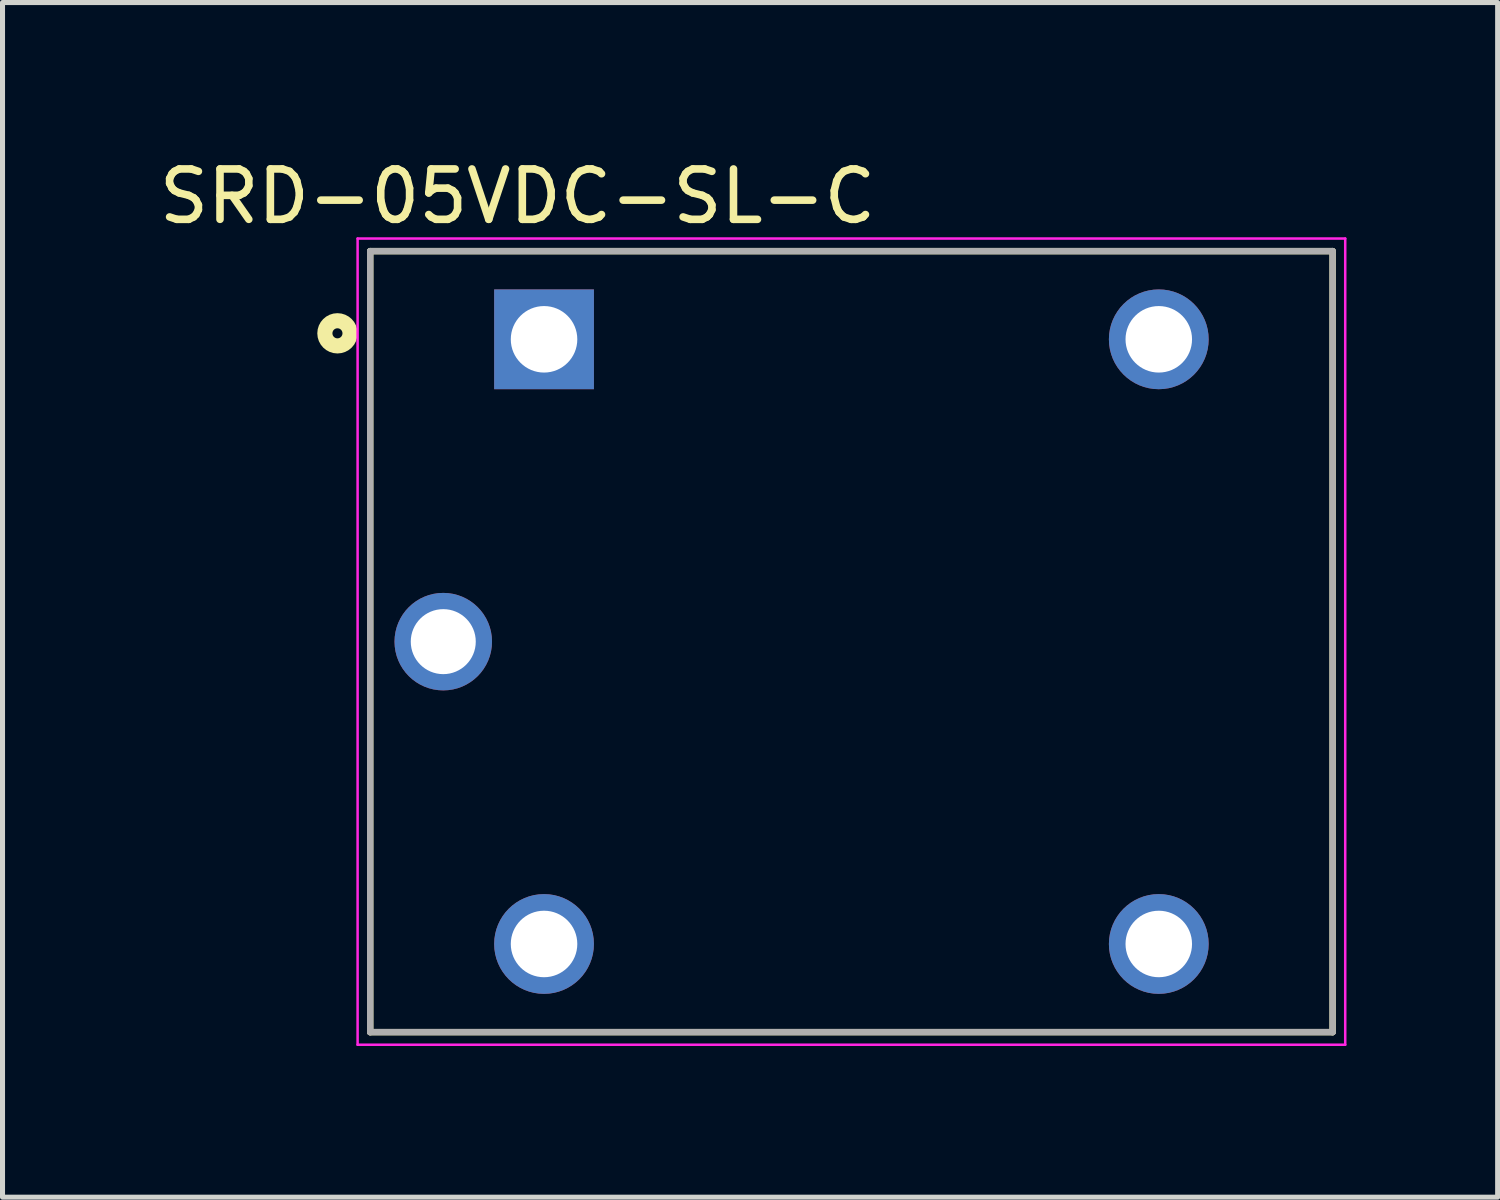
<source format=kicad_pcb>
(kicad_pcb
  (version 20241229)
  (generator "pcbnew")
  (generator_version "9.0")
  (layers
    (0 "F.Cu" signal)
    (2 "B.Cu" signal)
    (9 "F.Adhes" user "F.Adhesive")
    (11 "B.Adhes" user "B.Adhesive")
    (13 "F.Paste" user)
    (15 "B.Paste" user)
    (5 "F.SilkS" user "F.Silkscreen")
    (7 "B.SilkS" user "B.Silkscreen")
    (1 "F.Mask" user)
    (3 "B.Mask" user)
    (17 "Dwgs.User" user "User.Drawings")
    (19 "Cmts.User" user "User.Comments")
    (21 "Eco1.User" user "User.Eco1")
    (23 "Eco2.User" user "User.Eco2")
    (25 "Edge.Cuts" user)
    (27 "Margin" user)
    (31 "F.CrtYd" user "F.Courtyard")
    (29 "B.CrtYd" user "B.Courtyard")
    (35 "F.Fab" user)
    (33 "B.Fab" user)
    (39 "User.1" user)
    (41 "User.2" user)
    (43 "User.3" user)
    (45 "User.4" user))
  (footprint "SRD-05VDC-SL-C"
    (layer "F.Cu")
    (at 13.847 9.684)
    (property "Reference" "SRD-05VDC-SL-C" (at -6.626 -8.836 0) (layer "F.SilkS") (effects (font (size 1 1) (thickness 0.15))))
    (attr through_hole)
    (fp_line (start -9.55 -7.75) (end 9.55 -7.75) (stroke (width 0.127) (type solid)) (layer "F.SilkS"))
    (fp_line (start -9.55 7.75) (end -9.55 -7.75) (stroke (width 0.127) (type solid)) (layer "F.SilkS"))
    (fp_line (start 9.55 -7.75) (end 9.55 7.75) (stroke (width 0.127) (type solid)) (layer "F.SilkS"))
    (fp_line (start 9.55 7.75) (end -9.55 7.75) (stroke (width 0.127) (type solid)) (layer "F.SilkS"))
    (fp_circle (center -10.2 -6.119) (end -10.1 -6.119) (stroke (width 0.3) (type solid)) (fill no) (layer "F.SilkS"))
    (fp_line (start -9.8 -8) (end 9.8 -8) (stroke (width 0.05) (type solid)) (layer "F.CrtYd"))
    (fp_line (start -9.8 8) (end -9.8 -8) (stroke (width 0.05) (type solid)) (layer "F.CrtYd"))
    (fp_line (start 9.8 -8) (end 9.8 8) (stroke (width 0.05) (type solid)) (layer "F.CrtYd"))
    (fp_line (start 9.8 8) (end -9.8 8) (stroke (width 0.05) (type solid)) (layer "F.CrtYd"))
    (fp_line (start -9.55 -7.75) (end 9.55 -7.75) (stroke (width 0.127) (type solid)) (layer "F.Fab"))
    (fp_line (start -9.55 7.75) (end -9.55 -7.75) (stroke (width 0.127) (type solid)) (layer "F.Fab"))
    (fp_line (start 9.55 -7.75) (end 9.55 7.75) (stroke (width 0.127) (type solid)) (layer "F.Fab"))
    (fp_line (start 9.55 7.75) (end -9.55 7.75) (stroke (width 0.127) (type solid)) (layer "F.Fab"))
    (pad "A1" thru_hole rect (at -6.1 -6) (size 1.98 1.98) (drill 1.32) (layers "*.Cu" "*.Mask"))
    (pad "A2" thru_hole circle (at -6.1 6) (size 1.98 1.98) (drill 1.32) (layers "*.Cu" "*.Mask"))
    (pad "COM" thru_hole circle (at -8.1 0) (size 1.935 1.935) (drill 1.29) (layers "*.Cu" "*.Mask"))
    (pad "NC" thru_hole circle (at 6.1 -6) (size 1.98 1.98) (drill 1.32) (layers "*.Cu" "*.Mask"))
    (pad "NO" thru_hole circle (at 6.1 6) (size 1.98 1.98) (drill 1.32) (layers "*.Cu" "*.Mask")))
  (gr_rect
    (start -3 -3)
    (end 26.672 20.709)
    (stroke (width 0.1) (type default))
    (fill no)
    (layer "Edge.Cuts")))
</source>
